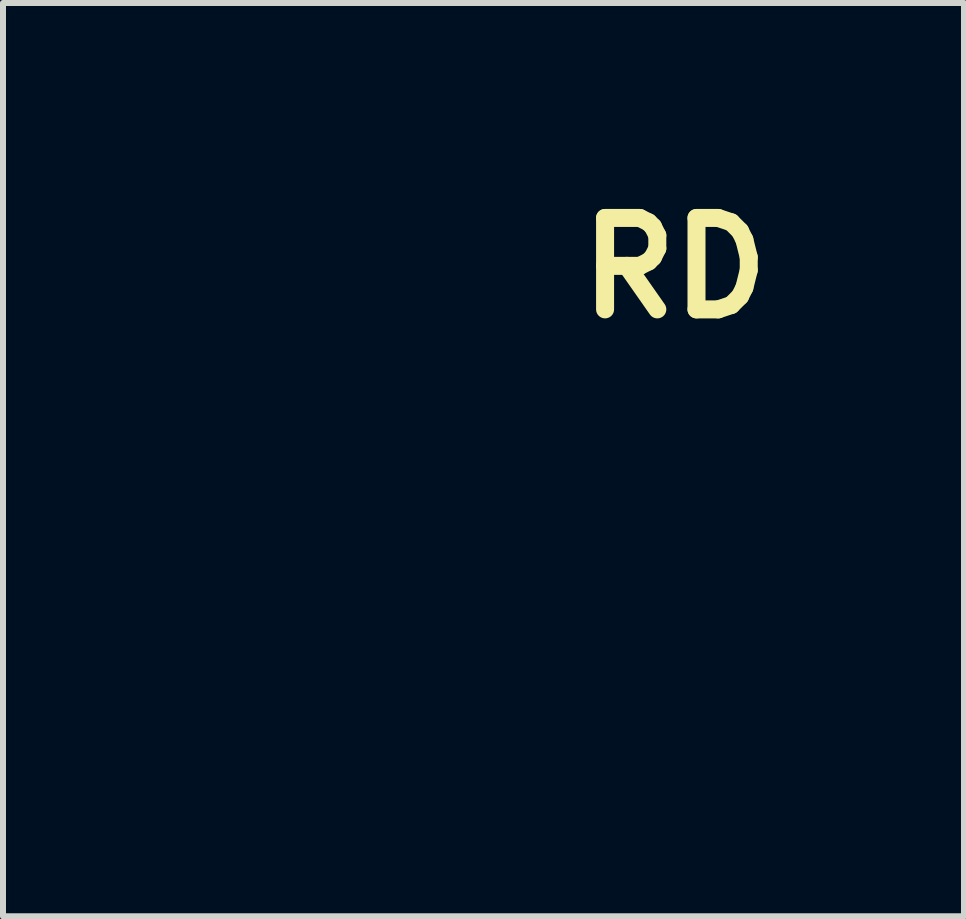
<source format=kicad_pcb>
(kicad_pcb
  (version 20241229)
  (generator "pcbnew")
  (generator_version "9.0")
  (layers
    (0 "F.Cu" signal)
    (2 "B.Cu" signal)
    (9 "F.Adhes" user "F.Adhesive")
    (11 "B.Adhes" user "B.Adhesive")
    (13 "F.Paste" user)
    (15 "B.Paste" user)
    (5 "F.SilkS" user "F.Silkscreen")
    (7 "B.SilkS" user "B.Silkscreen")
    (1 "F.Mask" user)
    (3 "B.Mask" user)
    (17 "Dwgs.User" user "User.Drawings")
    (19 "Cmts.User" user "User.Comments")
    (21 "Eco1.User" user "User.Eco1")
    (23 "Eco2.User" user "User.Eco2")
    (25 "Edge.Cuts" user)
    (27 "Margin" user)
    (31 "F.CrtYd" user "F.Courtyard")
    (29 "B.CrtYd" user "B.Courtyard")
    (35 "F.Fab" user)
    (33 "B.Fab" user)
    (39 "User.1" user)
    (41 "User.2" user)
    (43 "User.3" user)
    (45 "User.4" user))
  (footprint "RD"
    (layer "F.Cu")
    (at 2.068 6.738)
    (property "Reference" "RD" (at 6.13 -5.32 0) (layer "F.SilkS") (effects (font (size 1.524 1.524) (thickness 0.3))))
    (attr through_hole)
    (fp_poly (pts (xy 0.045 0.6) (xy 0.047 0.603) (xy 0.049 0.608) (xy 0.05 0.612) (xy 0.052 0.626) (xy 0.056 0.638) (xy 0.06 0.649) (xy 0.066 0.659) (xy 0.071 0.665) (xy 0.08 0.673) (xy 0.09 0.68) (xy 0.102 0.687) (xy 0.115 0.694) (xy 0.128 0.699) (xy 0.133 0.701) (xy 0.136 0.703) (xy 0.138 0.705) (xy 0.138 0.706) (xy 0.138 0.709) (xy 0.137 0.71) (xy 0.136 0.711) (xy 0.132 0.711) (xy 0.126 0.712) (xy 0.119 0.713) (xy 0.111 0.715) (xy 0.102 0.716) (xy 0.093 0.717) (xy 0.084 0.718) (xy 0.075 0.719) (xy 0.066 0.72) (xy 0.059 0.721) (xy 0.053 0.721) (xy 0.049 0.721) (xy 0.048 0.721) (xy 0.043 0.721) (xy 0.039 0.721) (xy 0.037 0.72) (xy 0.028 0.716) (xy 0.02 0.711) (xy 0.013 0.704) (xy 0.009 0.697) (xy 0.008 0.694) (xy 0.007 0.691) (xy 0.006 0.688) (xy 0.006 0.684) (xy 0.007 0.68) (xy 0.009 0.674) (xy 0.011 0.667) (xy 0.014 0.659) (xy 0.018 0.649) (xy 0.021 0.64) (xy 0.025 0.631) (xy 0.028 0.623) (xy 0.031 0.615) (xy 0.034 0.609) (xy 0.036 0.604) (xy 0.037 0.602) (xy 0.038 0.601) (xy 0.041 0.599) (xy 0.045 0.6)) (stroke (width 0.01) (type solid)) (fill yes) (layer "F.Mask"))
    (fp_poly (pts (xy -0.444 -2.094) (xy -0.443 -2.093) (xy -0.442 -2.092) (xy -0.443 -2.09) (xy -0.445 -2.087) (xy -0.448 -2.083) (xy -0.452 -2.078) (xy -0.458 -2.072) (xy -0.466 -2.064) (xy -0.466 -2.064) (xy -0.487 -2.044) (xy -0.505 -2.025) (xy -0.522 -2.008) (xy -0.538 -1.991) (xy -0.553 -1.976) (xy -0.566 -1.961) (xy -0.579 -1.947) (xy -0.588 -1.936) (xy -0.593 -1.93) (xy -0.598 -1.924) (xy -0.603 -1.918) (xy -0.607 -1.912) (xy -0.612 -1.906) (xy -0.617 -1.898) (xy -0.624 -1.889) (xy -0.631 -1.88) (xy -0.641 -1.865) (xy -0.652 -1.85) (xy -0.663 -1.835) (xy -0.673 -1.821) (xy -0.683 -1.809) (xy -0.691 -1.798) (xy -0.692 -1.798) (xy -0.707 -1.778) (xy -0.722 -1.76) (xy -0.735 -1.744) (xy -0.747 -1.728) (xy -0.757 -1.714) (xy -0.767 -1.7) (xy -0.774 -1.69) (xy -0.778 -1.684) (xy -0.782 -1.676) (xy -0.788 -1.666) (xy -0.794 -1.654) (xy -0.801 -1.641) (xy -0.809 -1.627) (xy -0.816 -1.611) (xy -0.825 -1.594) (xy -0.833 -1.577) (xy -0.842 -1.558) (xy -0.851 -1.54) (xy -0.86 -1.521) (xy -0.869 -1.502) (xy -0.878 -1.484) (xy -0.885 -1.468) (xy -0.891 -1.454) (xy -0.898 -1.439) (xy -0.905 -1.423) (xy -0.912 -1.406) (xy -0.92 -1.388) (xy -0.928 -1.37) (xy -0.935 -1.353) (xy -0.942 -1.336) (xy -0.949 -1.319) (xy -0.955 -1.304) (xy -0.961 -1.291) (xy -0.965 -1.279) (xy -0.968 -1.271) (xy -0.972 -1.262) (xy -0.975 -1.256) (xy -0.979 -1.253) (xy -0.981 -1.252) (xy -0.983 -1.253) (xy -0.986 -1.255) (xy -0.986 -1.255) (xy -0.988 -1.258) (xy -0.989 -1.26) (xy -0.989 -1.26) (xy -0.989 -1.262) (xy -0.988 -1.266) (xy -0.987 -1.271) (xy -0.985 -1.279) (xy -0.983 -1.288) (xy -0.98 -1.297) (xy -0.978 -1.308) (xy -0.975 -1.318) (xy -0.972 -1.329) (xy -0.97 -1.34) (xy -0.967 -1.35) (xy -0.965 -1.359) (xy -0.962 -1.368) (xy -0.96 -1.375) (xy -0.96 -1.376) (xy -0.952 -1.403) (xy -0.943 -1.431) (xy -0.933 -1.462) (xy -0.922 -1.495) (xy -0.909 -1.529) (xy -0.896 -1.566) (xy -0.881 -1.606) (xy -0.866 -1.644) (xy -0.857 -1.666) (xy -0.849 -1.685) (xy -0.842 -1.702) (xy -0.836 -1.717) (xy -0.83 -1.731) (xy -0.824 -1.742) (xy -0.819 -1.753) (xy -0.815 -1.762) (xy -0.811 -1.769) (xy -0.807 -1.776) (xy -0.803 -1.782) (xy -0.799 -1.787) (xy -0.799 -1.787) (xy -0.789 -1.799) (xy -0.777 -1.813) (xy -0.763 -1.827) (xy -0.747 -1.843) (xy -0.73 -1.859) (xy -0.712 -1.877) (xy -0.692 -1.894) (xy -0.672 -1.913) (xy -0.65 -1.932) (xy -0.628 -1.951) (xy -0.606 -1.97) (xy -0.582 -1.989) (xy -0.559 -2.008) (xy -0.536 -2.027) (xy -0.512 -2.045) (xy -0.489 -2.063) (xy -0.486 -2.065) (xy -0.476 -2.073) (xy -0.468 -2.079) (xy -0.461 -2.084) (xy -0.456 -2.087) (xy -0.452 -2.09) (xy -0.449 -2.092) (xy -0.447 -2.093) (xy -0.446 -2.094) (xy -0.445 -2.094) (xy -0.444 -2.094)) (stroke (width 0.01) (type solid)) (fill yes) (layer "F.Mask"))
    (fp_poly (pts (xy -1.277 -0.974) (xy -1.277 -0.974) (xy -1.274 -0.973) (xy -1.271 -0.971) (xy -1.268 -0.969) (xy -1.265 -0.965) (xy -1.261 -0.96) (xy -1.257 -0.953) (xy -1.253 -0.948) (xy -1.249 -0.94) (xy -1.244 -0.933) (xy -1.24 -0.926) (xy -1.236 -0.918) (xy -1.231 -0.911) (xy -1.227 -0.903) (xy -1.222 -0.894) (xy -1.217 -0.885) (xy -1.211 -0.874) (xy -1.205 -0.863) (xy -1.199 -0.85) (xy -1.191 -0.836) (xy -1.183 -0.821) (xy -1.174 -0.803) (xy -1.164 -0.784) (xy -1.153 -0.762) (xy -1.152 -0.762) (xy -1.132 -0.723) (xy -1.116 -0.707) (xy -1.114 -0.705) (xy -1.111 -0.702) (xy -1.105 -0.696) (xy -1.098 -0.689) (xy -1.089 -0.681) (xy -1.079 -0.671) (xy -1.068 -0.66) (xy -1.055 -0.647) (xy -1.04 -0.633) (xy -1.024 -0.618) (xy -1.008 -0.602) (xy -0.99 -0.584) (xy -0.971 -0.566) (xy -0.95 -0.546) (xy -0.929 -0.526) (xy -0.907 -0.504) (xy -0.884 -0.482) (xy -0.861 -0.459) (xy -0.836 -0.436) (xy -0.811 -0.412) (xy -0.786 -0.387) (xy -0.76 -0.361) (xy -0.733 -0.336) (xy -0.706 -0.31) (xy -0.7 -0.303) (xy -0.667 -0.272) (xy -0.636 -0.242) (xy -0.607 -0.214) (xy -0.58 -0.188) (xy -0.555 -0.163) (xy -0.53 -0.14) (xy -0.508 -0.118) (xy -0.487 -0.097) (xy -0.467 -0.078) (xy -0.449 -0.061) (xy -0.432 -0.044) (xy -0.416 -0.029) (xy -0.401 -0.015) (xy -0.388 -0.002) (xy -0.376 0.01) (xy -0.365 0.02) (xy -0.354 0.03) (xy -0.345 0.039) (xy -0.337 0.047) (xy -0.329 0.054) (xy -0.322 0.061) (xy -0.316 0.066) (xy -0.311 0.071) (xy -0.306 0.076) (xy -0.302 0.079) (xy -0.299 0.083) (xy -0.296 0.085) (xy -0.293 0.087) (xy -0.291 0.089) (xy -0.289 0.091) (xy -0.287 0.092) (xy -0.286 0.093) (xy -0.285 0.094) (xy -0.269 0.104) (xy -0.254 0.111) (xy -0.24 0.117) (xy -0.227 0.121) (xy -0.215 0.123) (xy -0.215 0.123) (xy -0.209 0.123) (xy -0.204 0.123) (xy -0.2 0.122) (xy -0.196 0.12) (xy -0.185 0.115) (xy -0.174 0.108) (xy -0.162 0.098) (xy -0.15 0.087) (xy -0.138 0.073) (xy -0.125 0.057) (xy -0.125 0.057) (xy -0.12 0.049) (xy -0.115 0.044) (xy -0.112 0.04) (xy -0.11 0.037) (xy -0.108 0.036) (xy -0.107 0.035) (xy -0.105 0.034) (xy -0.104 0.034) (xy -0.1 0.035) (xy -0.097 0.037) (xy -0.096 0.039) (xy -0.095 0.04) (xy -0.094 0.042) (xy -0.094 0.045) (xy -0.095 0.049) (xy -0.095 0.054) (xy -0.096 0.062) (xy -0.098 0.071) (xy -0.102 0.093) (xy -0.108 0.112) (xy -0.114 0.13) (xy -0.122 0.146) (xy -0.132 0.161) (xy -0.143 0.175) (xy -0.147 0.179) (xy -0.158 0.189) (xy -0.169 0.198) (xy -0.18 0.206) (xy -0.191 0.213) (xy -0.201 0.217) (xy -0.209 0.22) (xy -0.219 0.221) (xy -0.229 0.22) (xy -0.24 0.217) (xy -0.251 0.212) (xy -0.262 0.206) (xy -0.272 0.199) (xy -0.274 0.197) (xy -0.277 0.194) (xy -0.283 0.189) (xy -0.289 0.182) (xy -0.297 0.174) (xy -0.306 0.166) (xy -0.317 0.156) (xy -0.328 0.145) (xy -0.34 0.133) (xy -0.353 0.12) (xy -0.366 0.107) (xy -0.38 0.094) (xy -0.391 0.083) (xy -0.406 0.068) (xy -0.42 0.054) (xy -0.434 0.041) (xy -0.446 0.029) (xy -0.458 0.018) (xy -0.468 0.008) (xy -0.478 -0.001) (xy -0.486 -0.009) (xy -0.492 -0.015) (xy -0.497 -0.02) (xy -0.501 -0.023) (xy -0.503 -0.025) (xy -0.503 -0.025) (xy -0.504 -0.023) (xy -0.504 -0.019) (xy -0.505 -0.016) (xy -0.507 -0.004) (xy -0.509 0.009) (xy -0.513 0.023) (xy -0.517 0.039) (xy -0.522 0.054) (xy -0.527 0.068) (xy -0.529 0.073) (xy -0.536 0.088) (xy -0.542 0.103) (xy -0.549 0.116) (xy -0.556 0.13) (xy -0.564 0.144) (xy -0.573 0.158) (xy -0.583 0.174) (xy -0.59 0.184) (xy -0.596 0.192) (xy -0.602 0.201) (xy -0.609 0.211) (xy -0.617 0.221) (xy -0.624 0.23) (xy -0.631 0.24) (xy -0.637 0.248) (xy -0.644 0.256) (xy -0.649 0.263) (xy -0.654 0.269) (xy -0.658 0.274) (xy -0.66 0.276) (xy -0.661 0.277) (xy -0.663 0.277) (xy -0.667 0.278) (xy -0.673 0.278) (xy -0.679 0.278) (xy -0.687 0.278) (xy -0.695 0.278) (xy -0.703 0.278) (xy -0.71 0.278) (xy -0.716 0.278) (xy -0.72 0.277) (xy -0.721 0.277) (xy -0.737 0.276) (xy -0.752 0.274) (xy -0.767 0.271) (xy -0.782 0.268) (xy -0.797 0.263) (xy -0.824 0.255) (xy -0.851 0.245) (xy -0.878 0.234) (xy -0.905 0.222) (xy -0.921 0.215) (xy -0.941 0.204) (xy -0.959 0.194) (xy -0.976 0.183) (xy -0.992 0.173) (xy -1.007 0.161) (xy -1.021 0.149) (xy -1.036 0.135) (xy -1.043 0.128) (xy -1.064 0.106) (xy -1.084 0.083) (xy -1.103 0.059) (xy -1.121 0.033) (xy -1.139 0.005) (xy -1.156 -0.024) (xy -1.173 -0.056) (xy -1.177 -0.064) (xy -0.672 -0.064) (xy -0.671 -0.051) (xy -0.667 -0.037) (xy -0.661 -0.026) (xy -0.655 -0.017) (xy -0.647 -0.009) (xy -0.638 -0.002) (xy -0.629 0.003) (xy -0.62 0.006) (xy -0.618 0.006) (xy -0.611 0.007) (xy -0.604 0.007) (xy -0.597 0.006) (xy -0.596 0.006) (xy -0.587 0.002) (xy -0.578 -0.003) (xy -0.57 -0.01) (xy -0.568 -0.011) (xy -0.561 -0.02) (xy -0.555 -0.03) (xy -0.55 -0.041) (xy -0.546 -0.055) (xy -0.545 -0.061) (xy -0.544 -0.067) (xy -0.584 -0.107) (xy -0.593 -0.115) (xy -0.601 -0.122) (xy -0.608 -0.129) (xy -0.614 -0.135) (xy -0.62 -0.14) (xy -0.623 -0.144) (xy -0.626 -0.146) (xy -0.627 -0.146) (xy -0.629 -0.145) (xy -0.632 -0.143) (xy -0.636 -0.139) (xy -0.64 -0.135) (xy -0.645 -0.13) (xy -0.649 -0.126) (xy -0.653 -0.121) (xy -0.655 -0.119) (xy -0.663 -0.106) (xy -0.668 -0.092) (xy -0.672 -0.078) (xy -0.672 -0.064) (xy -1.177 -0.064) (xy -1.179 -0.069) (xy -1.199 -0.11) (xy -1.217 -0.151) (xy -1.233 -0.192) (xy -1.247 -0.231) (xy -1.259 -0.271) (xy -1.27 -0.309) (xy -1.271 -0.314) (xy -0.923 -0.314) (xy -0.922 -0.305) (xy -0.922 -0.298) (xy -0.922 -0.292) (xy -0.921 -0.286) (xy -0.921 -0.281) (xy -0.92 -0.277) (xy -0.914 -0.256) (xy -0.906 -0.235) (xy -0.895 -0.216) (xy -0.882 -0.197) (xy -0.875 -0.188) (xy -0.869 -0.182) (xy -0.863 -0.177) (xy -0.856 -0.172) (xy -0.856 -0.172) (xy -0.838 -0.162) (xy -0.819 -0.155) (xy -0.801 -0.15) (xy -0.794 -0.15) (xy -0.786 -0.149) (xy -0.777 -0.149) (xy -0.768 -0.15) (xy -0.76 -0.15) (xy -0.754 -0.152) (xy -0.74 -0.156) (xy -0.728 -0.163) (xy -0.718 -0.172) (xy -0.71 -0.181) (xy -0.707 -0.186) (xy -0.703 -0.193) (xy -0.7 -0.2) (xy -0.698 -0.206) (xy -0.697 -0.21) (xy -0.697 -0.21) (xy -0.697 -0.211) (xy -0.698 -0.212) (xy -0.699 -0.214) (xy -0.701 -0.216) (xy -0.703 -0.219) (xy -0.707 -0.222) (xy -0.711 -0.227) (xy -0.716 -0.232) (xy -0.723 -0.239) (xy -0.73 -0.246) (xy -0.739 -0.255) (xy -0.749 -0.265) (xy -0.761 -0.276) (xy -0.774 -0.289) (xy -0.789 -0.304) (xy -0.797 -0.311) (xy -0.81 -0.324) (xy -0.823 -0.337) (xy -0.835 -0.349) (xy -0.846 -0.36) (xy -0.857 -0.37) (xy -0.867 -0.38) (xy -0.875 -0.388) (xy -0.883 -0.395) (xy -0.889 -0.401) (xy -0.893 -0.405) (xy -0.896 -0.408) (xy -0.898 -0.41) (xy -0.898 -0.41) (xy -0.899 -0.408) (xy -0.9 -0.405) (xy -0.903 -0.401) (xy -0.905 -0.396) (xy -0.908 -0.39) (xy -0.91 -0.384) (xy -0.912 -0.378) (xy -0.913 -0.377) (xy -0.916 -0.366) (xy -0.919 -0.355) (xy -0.921 -0.346) (xy -0.922 -0.335) (xy -0.922 -0.324) (xy -0.923 -0.314) (xy -1.271 -0.314) (xy -1.278 -0.346) (xy -1.284 -0.382) (xy -1.288 -0.417) (xy -1.291 -0.451) (xy -1.291 -0.463) (xy -1.291 -0.472) (xy -1.291 -0.48) (xy -1.291 -0.485) (xy -1.292 -0.489) (xy -1.292 -0.492) (xy -1.292 -0.494) (xy -1.293 -0.495) (xy -1.294 -0.495) (xy -1.295 -0.496) (xy -1.298 -0.499) (xy -1.304 -0.502) (xy -1.311 -0.506) (xy -1.319 -0.512) (xy -1.329 -0.518) (xy -1.34 -0.525) (xy -1.352 -0.533) (xy -1.365 -0.541) (xy -1.379 -0.549) (xy -1.393 -0.558) (xy -1.411 -0.57) (xy -1.428 -0.581) (xy -1.443 -0.59) (xy -1.457 -0.599) (xy -1.468 -0.606) (xy -1.478 -0.612) (xy -1.485 -0.617) (xy -1.49 -0.621) (xy -1.494 -0.623) (xy -1.494 -0.624) (xy -1.498 -0.628) (xy -1.499 -0.631) (xy -1.5 -0.634) (xy -1.5 -0.635) (xy -1.499 -0.64) (xy -1.495 -0.645) (xy -1.49 -0.649) (xy -1.486 -0.651) (xy -1.48 -0.652) (xy -1.473 -0.653) (xy -1.466 -0.653) (xy -1.459 -0.652) (xy -1.459 -0.651) (xy -1.456 -0.65) (xy -1.452 -0.649) (xy -1.446 -0.646) (xy -1.438 -0.642) (xy -1.43 -0.638) (xy -1.42 -0.634) (xy -1.41 -0.629) (xy -1.4 -0.624) (xy -1.39 -0.619) (xy -1.381 -0.614) (xy -1.372 -0.61) (xy -1.364 -0.606) (xy -1.357 -0.602) (xy -1.354 -0.601) (xy -1.348 -0.597) (xy -1.34 -0.593) (xy -1.331 -0.588) (xy -1.322 -0.582) (xy -1.313 -0.577) (xy -1.309 -0.575) (xy -1.3 -0.57) (xy -1.293 -0.565) (xy -1.287 -0.562) (xy -1.282 -0.56) (xy -1.279 -0.559) (xy -1.276 -0.559) (xy -1.273 -0.559) (xy -1.271 -0.56) (xy -1.269 -0.562) (xy -1.264 -0.566) (xy -1.259 -0.571) (xy -1.255 -0.578) (xy -1.252 -0.584) (xy -1.251 -0.591) (xy -1.25 -0.596) (xy -1.25 -0.597) (xy -1.251 -0.597) (xy -1.251 -0.598) (xy -1.251 -0.599) (xy -1.252 -0.601) (xy -1.253 -0.602) (xy -1.255 -0.605) (xy -1.258 -0.608) (xy -1.261 -0.612) (xy -1.265 -0.616) (xy -1.271 -0.622) (xy -1.277 -0.63) (xy -1.285 -0.638) (xy -1.294 -0.648) (xy -1.305 -0.66) (xy -1.309 -0.665) (xy -1.322 -0.68) (xy -1.336 -0.695) (xy -1.35 -0.71) (xy -1.363 -0.725) (xy -1.376 -0.739) (xy -1.388 -0.753) (xy -1.399 -0.766) (xy -1.408 -0.777) (xy -1.417 -0.786) (xy -1.421 -0.791) (xy -1.429 -0.801) (xy -1.436 -0.809) (xy -1.442 -0.816) (xy -1.446 -0.821) (xy -1.45 -0.826) (xy -1.452 -0.83) (xy -1.454 -0.833) (xy -1.455 -0.836) (xy -1.455 -0.839) (xy -1.455 -0.842) (xy -1.455 -0.844) (xy -1.454 -0.852) (xy -1.452 -0.859) (xy -1.448 -0.865) (xy -1.442 -0.87) (xy -1.436 -0.873) (xy -1.43 -0.874) (xy -1.423 -0.872) (xy -1.422 -0.872) (xy -1.42 -0.871) (xy -1.417 -0.868) (xy -1.412 -0.864) (xy -1.406 -0.858) (xy -1.399 -0.852) (xy -1.391 -0.844) (xy -1.383 -0.836) (xy -1.374 -0.827) (xy -1.37 -0.824) (xy -1.358 -0.812) (xy -1.347 -0.802) (xy -1.337 -0.791) (xy -1.327 -0.781) (xy -1.316 -0.77) (xy -1.306 -0.76) (xy -1.295 -0.748) (xy -1.283 -0.736) (xy -1.27 -0.723) (xy -1.256 -0.708) (xy -1.245 -0.696) (xy -1.238 -0.69) (xy -1.232 -0.684) (xy -1.227 -0.678) (xy -1.222 -0.674) (xy -1.219 -0.671) (xy -1.218 -0.67) (xy -1.212 -0.668) (xy -1.205 -0.668) (xy -1.2 -0.669) (xy -1.197 -0.671) (xy -1.193 -0.675) (xy -1.192 -0.679) (xy -1.192 -0.684) (xy -1.194 -0.689) (xy -1.195 -0.692) (xy -1.196 -0.696) (xy -1.199 -0.703) (xy -1.203 -0.711) (xy -1.207 -0.72) (xy -1.212 -0.731) (xy -1.217 -0.743) (xy -1.222 -0.755) (xy -1.228 -0.768) (xy -1.23 -0.772) (xy -1.239 -0.793) (xy -1.248 -0.812) (xy -1.255 -0.829) (xy -1.262 -0.845) (xy -1.268 -0.859) (xy -1.273 -0.872) (xy -1.278 -0.884) (xy -1.283 -0.895) (xy -1.287 -0.906) (xy -1.29 -0.913) (xy -1.292 -0.92) (xy -1.294 -0.924) (xy -1.295 -0.929) (xy -1.295 -0.933) (xy -1.295 -0.937) (xy -1.295 -0.943) (xy -1.295 -0.951) (xy -1.295 -0.956) (xy -1.294 -0.96) (xy -1.292 -0.964) (xy -1.289 -0.967) (xy -1.286 -0.97) (xy -1.283 -0.972) (xy -1.28 -0.974) (xy -1.277 -0.974)) (stroke (width 0.01) (type solid)) (fill yes) (layer "F.Mask"))
    (fp_poly (pts (xy -0.184 -2.48) (xy -0.172 -2.48) (xy -0.161 -2.48) (xy -0.153 -2.479) (xy -0.138 -2.478) (xy -0.123 -2.477) (xy -0.107 -2.475) (xy -0.092 -2.473) (xy -0.078 -2.471) (xy -0.065 -2.469) (xy -0.052 -2.467) (xy -0.042 -2.465) (xy -0.033 -2.463) (xy -0.025 -2.461) (xy -0.02 -2.459) (xy -0.019 -2.458) (xy -0.012 -2.453) (xy -0.006 -2.445) (xy -0.001 -2.435) (xy 0.004 -2.423) (xy 0.009 -2.408) (xy 0.013 -2.391) (xy 0.017 -2.372) (xy 0.017 -2.369) (xy 0.019 -2.354) (xy 0.021 -2.337) (xy 0.023 -2.319) (xy 0.025 -2.299) (xy 0.027 -2.278) (xy 0.029 -2.256) (xy 0.03 -2.235) (xy 0.032 -2.213) (xy 0.033 -2.191) (xy 0.033 -2.17) (xy 0.034 -2.153) (xy 0.034 -2.138) (xy 0.034 -2.124) (xy 0.034 -2.11) (xy 0.034 -2.097) (xy 0.033 -2.083) (xy 0.032 -2.068) (xy 0.031 -2.053) (xy 0.03 -2.036) (xy 0.028 -2.017) (xy 0.026 -1.996) (xy 0.025 -1.992) (xy 0.024 -1.984) (xy 0.024 -1.977) (xy 0.023 -1.971) (xy 0.023 -1.966) (xy 0.023 -1.964) (xy 0.023 -1.964) (xy 0.024 -1.964) (xy 0.028 -1.963) (xy 0.033 -1.961) (xy 0.041 -1.959) (xy 0.049 -1.957) (xy 0.059 -1.954) (xy 0.069 -1.952) (xy 0.071 -1.951) (xy 0.121 -1.939) (xy 0.168 -1.926) (xy 0.213 -1.914) (xy 0.256 -1.901) (xy 0.298 -1.889) (xy 0.339 -1.877) (xy 0.378 -1.865) (xy 0.417 -1.852) (xy 0.455 -1.839) (xy 0.493 -1.826) (xy 0.53 -1.812) (xy 0.544 -1.807) (xy 0.615 -1.779) (xy 0.684 -1.751) (xy 0.751 -1.721) (xy 0.816 -1.69) (xy 0.879 -1.658) (xy 0.94 -1.625) (xy 0.998 -1.591) (xy 1.055 -1.555) (xy 1.109 -1.519) (xy 1.16 -1.482) (xy 1.21 -1.444) (xy 1.255 -1.406) (xy 1.293 -1.373) (xy 1.331 -1.337) (xy 1.37 -1.299) (xy 1.408 -1.258) (xy 1.447 -1.217) (xy 1.485 -1.173) (xy 1.523 -1.129) (xy 1.56 -1.083) (xy 1.596 -1.036) (xy 1.631 -0.988) (xy 1.639 -0.977) (xy 1.675 -0.925) (xy 1.71 -0.873) (xy 1.742 -0.821) (xy 1.773 -0.769) (xy 1.802 -0.716) (xy 1.83 -0.663) (xy 1.856 -0.608) (xy 1.882 -0.552) (xy 1.889 -0.535) (xy 1.917 -0.469) (xy 1.942 -0.403) (xy 1.966 -0.336) (xy 1.988 -0.269) (xy 2.007 -0.201) (xy 2.025 -0.135) (xy 2.04 -0.068) (xy 2.043 -0.051) (xy 2.046 -0.039) (xy 2.048 -0.026) (xy 2.05 -0.014) (xy 2.053 -0.001) (xy 2.055 0.011) (xy 2.057 0.023) (xy 2.058 0.033) (xy 2.06 0.043) (xy 2.061 0.052) (xy 2.062 0.058) (xy 2.062 0.063) (xy 2.062 0.066) (xy 2.062 0.067) (xy 2.061 0.066) (xy 2.059 0.063) (xy 2.056 0.058) (xy 2.052 0.052) (xy 2.047 0.044) (xy 2.041 0.034) (xy 2.034 0.023) (xy 2.026 0.011) (xy 2.018 -0.002) (xy 2.009 -0.016) (xy 2 -0.031) (xy 1.991 -0.047) (xy 1.981 -0.063) (xy 1.971 -0.079) (xy 1.961 -0.096) (xy 1.951 -0.112) (xy 1.941 -0.129) (xy 1.937 -0.136) (xy 1.918 -0.167) (xy 1.898 -0.199) (xy 1.878 -0.229) (xy 1.858 -0.261) (xy 1.836 -0.292) (xy 1.813 -0.324) (xy 1.789 -0.357) (xy 1.764 -0.392) (xy 1.749 -0.411) (xy 1.745 -0.418) (xy 1.739 -0.426) (xy 1.732 -0.435) (xy 1.725 -0.445) (xy 1.718 -0.455) (xy 1.71 -0.466) (xy 1.703 -0.477) (xy 1.702 -0.477) (xy 1.691 -0.494) (xy 1.68 -0.509) (xy 1.67 -0.522) (xy 1.662 -0.534) (xy 1.655 -0.544) (xy 1.648 -0.553) (xy 1.642 -0.561) (xy 1.636 -0.568) (xy 1.631 -0.574) (xy 1.626 -0.58) (xy 1.622 -0.585) (xy 1.617 -0.59) (xy 1.615 -0.593) (xy 1.61 -0.598) (xy 1.605 -0.603) (xy 1.599 -0.609) (xy 1.593 -0.614) (xy 1.587 -0.62) (xy 1.582 -0.625) (xy 1.577 -0.629) (xy 1.574 -0.632) (xy 1.571 -0.634) (xy 1.57 -0.635) (xy 1.571 -0.633) (xy 1.572 -0.63) (xy 1.573 -0.626) (xy 1.575 -0.622) (xy 1.581 -0.607) (xy 1.587 -0.589) (xy 1.593 -0.57) (xy 1.6 -0.549) (xy 1.607 -0.527) (xy 1.614 -0.503) (xy 1.621 -0.478) (xy 1.628 -0.453) (xy 1.635 -0.427) (xy 1.641 -0.401) (xy 1.647 -0.374) (xy 1.653 -0.349) (xy 1.657 -0.335) (xy 1.67 -0.269) (xy 1.682 -0.204) (xy 1.693 -0.14) (xy 1.701 -0.077) (xy 1.708 -0.015) (xy 1.712 0.045) (xy 1.716 0.105) (xy 1.717 0.162) (xy 1.716 0.218) (xy 1.714 0.273) (xy 1.711 0.316) (xy 1.705 0.366) (xy 1.697 0.418) (xy 1.688 0.471) (xy 1.676 0.525) (xy 1.662 0.58) (xy 1.647 0.636) (xy 1.63 0.693) (xy 1.61 0.751) (xy 1.589 0.809) (xy 1.566 0.868) (xy 1.541 0.927) (xy 1.515 0.986) (xy 1.514 0.988) (xy 1.51 0.996) (xy 1.506 1.004) (xy 1.502 1.014) (xy 1.498 1.023) (xy 1.493 1.033) (xy 1.489 1.042) (xy 1.485 1.051) (xy 1.481 1.058) (xy 1.477 1.065) (xy 1.475 1.071) (xy 1.473 1.074) (xy 1.472 1.076) (xy 1.472 1.076) (xy 1.472 1.075) (xy 1.472 1.073) (xy 1.472 1.068) (xy 1.473 1.066) (xy 1.474 1.055) (xy 1.476 1.042) (xy 1.477 1.026) (xy 1.479 1.008) (xy 1.48 0.988) (xy 1.482 0.966) (xy 1.483 0.943) (xy 1.484 0.937) (xy 1.484 0.929) (xy 1.484 0.919) (xy 1.485 0.908) (xy 1.485 0.894) (xy 1.485 0.88) (xy 1.485 0.865) (xy 1.485 0.849) (xy 1.485 0.834) (xy 1.485 0.818) (xy 1.485 0.803) (xy 1.485 0.788) (xy 1.485 0.774) (xy 1.485 0.762) (xy 1.484 0.751) (xy 1.484 0.742) (xy 1.484 0.735) (xy 1.484 0.733) (xy 1.483 0.721) (xy 1.481 0.707) (xy 1.48 0.693) (xy 1.478 0.678) (xy 1.476 0.662) (xy 1.474 0.644) (xy 1.471 0.624) (xy 1.468 0.602) (xy 1.466 0.585) (xy 1.463 0.569) (xy 1.461 0.551) (xy 1.458 0.532) (xy 1.456 0.513) (xy 1.453 0.494) (xy 1.451 0.475) (xy 1.449 0.458) (xy 1.448 0.447) (xy 1.445 0.418) (xy 1.441 0.392) (xy 1.439 0.368) (xy 1.436 0.346) (xy 1.433 0.325) (xy 1.431 0.307) (xy 1.429 0.291) (xy 1.427 0.276) (xy 1.425 0.262) (xy 1.422 0.25) (xy 1.421 0.239) (xy 1.419 0.229) (xy 1.417 0.22) (xy 1.415 0.212) (xy 1.413 0.204) (xy 1.411 0.197) (xy 1.409 0.194) (xy 1.405 0.181) (xy 1.404 0.206) (xy 1.403 0.232) (xy 1.399 0.26) (xy 1.395 0.289) (xy 1.389 0.319) (xy 1.381 0.35) (xy 1.372 0.381) (xy 1.362 0.412) (xy 1.352 0.443) (xy 1.34 0.474) (xy 1.327 0.504) (xy 1.313 0.533) (xy 1.308 0.544) (xy 1.303 0.552) (xy 1.299 0.56) (xy 1.295 0.567) (xy 1.291 0.575) (xy 1.286 0.583) (xy 1.281 0.591) (xy 1.275 0.6) (xy 1.269 0.611) (xy 1.261 0.622) (xy 1.252 0.636) (xy 1.243 0.65) (xy 1.232 0.667) (xy 1.222 0.682) (xy 1.213 0.695) (xy 1.206 0.707) (xy 1.199 0.718) (xy 1.193 0.728) (xy 1.188 0.737) (xy 1.183 0.745) (xy 1.178 0.753) (xy 1.174 0.761) (xy 1.17 0.768) (xy 1.168 0.773) (xy 1.158 0.793) (xy 1.15 0.812) (xy 1.143 0.831) (xy 1.138 0.849) (xy 1.133 0.868) (xy 1.129 0.889) (xy 1.126 0.906) (xy 1.117 0.968) (xy 1.111 1.03) (xy 1.105 1.092) (xy 1.102 1.154) (xy 1.1 1.214) (xy 1.1 1.274) (xy 1.102 1.333) (xy 1.105 1.39) (xy 1.11 1.446) (xy 1.117 1.501) (xy 1.125 1.554) (xy 1.132 1.589) (xy 1.133 1.596) (xy 1.135 1.605) (xy 1.137 1.614) (xy 1.14 1.624) (xy 1.142 1.633) (xy 1.144 1.642) (xy 1.146 1.65) (xy 1.148 1.657) (xy 1.149 1.662) (xy 1.15 1.664) (xy 1.15 1.665) (xy 1.148 1.663) (xy 1.144 1.66) (xy 1.139 1.656) (xy 1.134 1.65) (xy 1.127 1.643) (xy 1.119 1.635) (xy 1.11 1.626) (xy 1.101 1.617) (xy 1.092 1.607) (xy 1.082 1.597) (xy 1.072 1.586) (xy 1.062 1.575) (xy 1.052 1.564) (xy 1.049 1.561) (xy 1.001 1.508) (xy 0.955 1.454) (xy 0.911 1.4) (xy 0.868 1.346) (xy 0.827 1.292) (xy 0.787 1.238) (xy 0.749 1.184) (xy 0.714 1.13) (xy 0.68 1.076) (xy 0.648 1.023) (xy 0.618 0.971) (xy 0.591 0.919) (xy 0.565 0.868) (xy 0.551 0.836) (xy 0.541 0.815) (xy 0.531 0.791) (xy 0.52 0.765) (xy 0.509 0.737) (xy 0.498 0.708) (xy 0.486 0.676) (xy 0.474 0.643) (xy 0.462 0.609) (xy 0.449 0.573) (xy 0.436 0.536) (xy 0.424 0.498) (xy 0.423 0.495) (xy 0.418 0.481) (xy 0.414 0.47) (xy 0.411 0.46) (xy 0.408 0.452) (xy 0.406 0.446) (xy 0.404 0.442) (xy 0.403 0.439) (xy 0.402 0.438) (xy 0.402 0.438) (xy 0.402 0.438) (xy 0.401 0.44) (xy 0.399 0.444) (xy 0.397 0.449) (xy 0.394 0.455) (xy 0.394 0.456) (xy 0.391 0.462) (xy 0.388 0.467) (xy 0.386 0.471) (xy 0.384 0.473) (xy 0.382 0.476) (xy 0.381 0.476) (xy 0.375 0.481) (xy 0.374 0.532) (xy 0.373 0.583) (xy 0.394 0.604) (xy 0.409 0.62) (xy 0.422 0.635) (xy 0.433 0.648) (xy 0.443 0.66) (xy 0.45 0.671) (xy 0.456 0.682) (xy 0.46 0.691) (xy 0.46 0.692) (xy 0.461 0.697) (xy 0.462 0.7) (xy 0.462 0.703) (xy 0.462 0.708) (xy 0.461 0.713) (xy 0.461 0.714) (xy 0.458 0.736) (xy 0.452 0.758) (xy 0.443 0.78) (xy 0.433 0.802) (xy 0.421 0.823) (xy 0.406 0.844) (xy 0.401 0.851) (xy 0.394 0.858) (xy 0.387 0.867) (xy 0.378 0.876) (xy 0.369 0.885) (xy 0.359 0.894) (xy 0.35 0.902) (xy 0.341 0.909) (xy 0.34 0.91) (xy 0.315 0.929) (xy 0.288 0.946) (xy 0.259 0.963) (xy 0.228 0.979) (xy 0.195 0.994) (xy 0.161 1.008) (xy 0.125 1.02) (xy 0.088 1.031) (xy 0.05 1.042) (xy 0.012 1.05) (xy -0.023 1.057) (xy -0.048 1.061) (xy -0.071 1.064) (xy -0.093 1.066) (xy -0.115 1.068) (xy -0.137 1.069) (xy -0.16 1.069) (xy -0.185 1.069) (xy -0.189 1.069) (xy -0.238 1.067) (xy -0.288 1.064) (xy -0.339 1.059) (xy -0.389 1.053) (xy -0.439 1.045) (xy -0.488 1.036) (xy -0.536 1.026) (xy -0.553 1.022) (xy -0.586 1.013) (xy -0.619 1.003) (xy -0.654 0.992) (xy -0.69 0.979) (xy -0.726 0.966) (xy -0.761 0.952) (xy -0.796 0.937) (xy -0.805 0.933) (xy -0.812 0.93) (xy -0.819 0.927) (xy -0.824 0.925) (xy -0.828 0.923) (xy -0.83 0.922) (xy -0.83 0.922) (xy -0.829 0.923) (xy -0.828 0.926) (xy -0.825 0.93) (xy -0.821 0.935) (xy -0.819 0.939) (xy -0.798 0.968) (xy -0.778 0.999) (xy -0.756 1.032) (xy -0.735 1.066) (xy -0.714 1.101) (xy -0.694 1.136) (xy -0.674 1.172) (xy -0.662 1.195) (xy -0.641 1.236) (xy -0.62 1.277) (xy -0.6 1.319) (xy -0.581 1.362) (xy -0.563 1.405) (xy -0.545 1.448) (xy -0.529 1.491) (xy -0.513 1.533) (xy -0.499 1.575) (xy -0.485 1.617) (xy -0.473 1.658) (xy -0.462 1.698) (xy -0.452 1.736) (xy -0.443 1.773) (xy -0.436 1.809) (xy -0.431 1.843) (xy -0.428 1.863) (xy -0.427 1.874) (xy -0.426 1.884) (xy -0.425 1.895) (xy -0.424 1.905) (xy -0.423 1.915) (xy -0.423 1.923) (xy -0.423 1.931) (xy -0.423 1.936) (xy -0.423 1.94) (xy -0.424 1.942) (xy -0.424 1.942) (xy -0.425 1.941) (xy -0.426 1.938) (xy -0.429 1.933) (xy -0.432 1.927) (xy -0.436 1.919) (xy -0.441 1.911) (xy -0.441 1.91) (xy -0.458 1.879) (xy -0.474 1.848) (xy -0.49 1.818) (xy -0.506 1.789) (xy -0.522 1.762) (xy -0.537 1.735) (xy -0.552 1.711) (xy -0.566 1.688) (xy -0.58 1.668) (xy -0.583 1.662) (xy -0.59 1.652) (xy -0.597 1.642) (xy -0.605 1.63) (xy -0.614 1.619) (xy -0.622 1.608) (xy -0.629 1.599) (xy -0.636 1.589) (xy -0.644 1.579) (xy -0.652 1.568) (xy -0.659 1.558) (xy -0.666 1.549) (xy -0.672 1.541) (xy -0.672 1.541) (xy -0.678 1.533) (xy -0.684 1.524) (xy -0.69 1.516) (xy -0.695 1.509) (xy -0.699 1.503) (xy -0.7 1.501) (xy -0.703 1.497) (xy -0.704 1.494) (xy -0.706 1.491) (xy -0.707 1.49) (xy -0.708 1.49) (xy -0.708 1.491) (xy -0.708 1.494) (xy -0.707 1.498) (xy -0.706 1.504) (xy -0.704 1.513) (xy -0.703 1.523) (xy -0.7 1.536) (xy -0.7 1.536) (xy -0.695 1.564) (xy -0.689 1.595) (xy -0.683 1.627) (xy -0.677 1.66) (xy -0.67 1.695) (xy -0.663 1.731) (xy -0.656 1.767) (xy -0.648 1.804) (xy -0.641 1.84) (xy -0.634 1.876) (xy -0.626 1.911) (xy -0.619 1.945) (xy -0.612 1.978) (xy -0.606 2.009) (xy -0.603 2.023) (xy -0.6 2.035) (xy -0.597 2.047) (xy -0.595 2.059) (xy -0.592 2.07) (xy -0.59 2.08) (xy -0.589 2.088) (xy -0.587 2.094) (xy -0.587 2.094) (xy -0.58 2.129) (xy -0.574 2.167) (xy -0.569 2.207) (xy -0.565 2.249) (xy -0.561 2.294) (xy -0.559 2.333) (xy -0.558 2.342) (xy -0.558 2.352) (xy -0.558 2.363) (xy -0.557 2.375) (xy -0.557 2.388) (xy -0.557 2.4) (xy -0.557 2.413) (xy -0.557 2.425) (xy -0.557 2.437) (xy -0.557 2.447) (xy -0.557 2.456) (xy -0.557 2.464) (xy -0.557 2.469) (xy -0.557 2.471) (xy -0.558 2.482) (xy -0.585 2.465) (xy -0.627 2.437) (xy -0.671 2.408) (xy -0.715 2.378) (xy -0.76 2.346) (xy -0.806 2.313) (xy -0.851 2.279) (xy -0.897 2.245) (xy -0.942 2.211) (xy -0.986 2.176) (xy -1.029 2.141) (xy -1.058 2.117) (xy -1.094 2.087) (xy -1.129 2.057) (xy -1.162 2.028) (xy -1.194 1.999) (xy -1.226 1.97) (xy -1.257 1.941) (xy -1.289 1.911) (xy -1.317 1.883) (xy -1.351 1.848) (xy -1.384 1.815) (xy -1.415 1.782) (xy -1.444 1.75) (xy -1.473 1.718) (xy -1.5 1.686) (xy -1.527 1.654) (xy -1.554 1.621) (xy -1.581 1.587) (xy -1.608 1.551) (xy -1.629 1.522) (xy -1.674 1.458) (xy -1.718 1.392) (xy -1.759 1.325) (xy -1.798 1.257) (xy -1.834 1.188) (xy -1.869 1.117) (xy -1.901 1.046) (xy -1.931 0.974) (xy -1.955 0.911) (xy -1.966 0.878) (xy -1.977 0.845) (xy -1.987 0.814) (xy -1.996 0.784) (xy -2.003 0.756) (xy -2.009 0.734) (xy -2.018 0.695) (xy -2.025 0.655) (xy -2.033 0.613) (xy -2.039 0.57) (xy -2.044 0.525) (xy -2.048 0.487) (xy -1.938 0.487) (xy -1.937 0.515) (xy -1.936 0.556) (xy -1.932 0.596) (xy -1.926 0.635) (xy -1.919 0.673) (xy -1.909 0.713) (xy -1.902 0.737) (xy -1.897 0.752) (xy -1.892 0.768) (xy -1.886 0.786) (xy -1.879 0.806) (xy -1.872 0.827) (xy -1.864 0.849) (xy -1.856 0.872) (xy -1.848 0.895) (xy -1.839 0.919) (xy -1.831 0.943) (xy -1.822 0.966) (xy -1.813 0.989) (xy -1.805 1.011) (xy -1.797 1.032) (xy -1.789 1.052) (xy -1.782 1.07) (xy -1.775 1.086) (xy -1.773 1.092) (xy -1.747 1.151) (xy -1.721 1.207) (xy -1.694 1.262) (xy -1.666 1.314) (xy -1.636 1.363) (xy -1.607 1.411) (xy -1.576 1.455) (xy -1.544 1.498) (xy -1.534 1.511) (xy -1.524 1.524) (xy -1.514 1.536) (xy -1.504 1.547) (xy -1.494 1.559) (xy -1.484 1.57) (xy -1.474 1.582) (xy -1.463 1.595) (xy -1.451 1.607) (xy -1.438 1.621) (xy -1.424 1.635) (xy -1.41 1.651) (xy -1.393 1.667) (xy -1.376 1.685) (xy -1.357 1.704) (xy -1.343 1.718) (xy -1.322 1.739) (xy -1.302 1.759) (xy -1.284 1.777) (xy -1.267 1.794) (xy -1.251 1.809) (xy -1.235 1.824) (xy -1.22 1.839) (xy -1.205 1.853) (xy -1.19 1.867) (xy -1.175 1.881) (xy -1.159 1.895) (xy -1.143 1.909) (xy -1.14 1.912) (xy -1.129 1.922) (xy -1.119 1.93) (xy -1.111 1.937) (xy -1.105 1.943) (xy -1.1 1.947) (xy -1.096 1.951) (xy -1.093 1.953) (xy -1.091 1.955) (xy -1.09 1.956) (xy -1.089 1.957) (xy -1.088 1.957) (xy -1.088 1.957) (xy -1.088 1.956) (xy -1.089 1.953) (xy -1.09 1.948) (xy -1.092 1.941) (xy -1.094 1.934) (xy -1.095 1.929) (xy -1.115 1.866) (xy -1.137 1.804) (xy -1.161 1.742) (xy -1.187 1.681) (xy -1.215 1.621) (xy -1.245 1.563) (xy -1.277 1.506) (xy -1.31 1.451) (xy -1.31 1.451) (xy -1.323 1.432) (xy -1.335 1.413) (xy -1.348 1.393) (xy -1.362 1.374) (xy -1.376 1.355) (xy -1.39 1.335) (xy -1.406 1.314) (xy -1.422 1.292) (xy -1.44 1.268) (xy -1.459 1.244) (xy -1.48 1.218) (xy -1.482 1.215) (xy -1.498 1.195) (xy -1.513 1.176) (xy -1.528 1.159) (xy -1.542 1.142) (xy -1.556 1.125) (xy -1.57 1.109) (xy -1.585 1.093) (xy -1.6 1.076) (xy -1.616 1.058) (xy -1.634 1.039) (xy -1.645 1.027) (xy -1.653 1.019) (xy -1.661 1.01) (xy -1.669 1.001) (xy -1.676 0.993) (xy -1.683 0.986) (xy -1.688 0.981) (xy -1.692 0.976) (xy -1.692 0.976) (xy -1.721 0.943) (xy -1.748 0.907) (xy -1.774 0.869) (xy -1.799 0.83) (xy -1.822 0.788) (xy -1.844 0.746) (xy -1.865 0.701) (xy -1.884 0.656) (xy -1.901 0.609) (xy -1.917 0.562) (xy -1.925 0.533) (xy -1.927 0.525) (xy -1.93 0.517) (xy -1.932 0.509) (xy -1.934 0.502) (xy -1.934 0.501) (xy -1.938 0.487) (xy -2.048 0.487) (xy -2.049 0.478) (xy -2.054 0.429) (xy -2.057 0.378) (xy -2.06 0.326) (xy -2.062 0.27) (xy -2.063 0.255) (xy -2.063 0.243) (xy -2.063 0.229) (xy -2.063 0.213) (xy -2.063 0.196) (xy -2.063 0.177) (xy -2.063 0.158) (xy -2.063 0.138) (xy -2.063 0.117) (xy -2.063 0.097) (xy -2.063 0.076) (xy -2.063 0.057) (xy -2.063 0.038) (xy -2.062 0.021) (xy -2.062 0.005) (xy -2.062 -0.009) (xy -2.061 -0.021) (xy -2.061 -0.022) (xy -2.06 -0.058) (xy -2.058 -0.092) (xy -2.057 -0.124) (xy -2.055 -0.154) (xy -2.053 -0.183) (xy -2.051 -0.21) (xy -2.049 -0.236) (xy -2.047 -0.262) (xy -2.045 -0.287) (xy -2.042 -0.312) (xy -2.04 -0.336) (xy -2.038 -0.35) (xy -2.03 -0.412) (xy -1.786 -0.412) (xy -1.785 -0.407) (xy -1.785 -0.401) (xy -1.784 -0.392) (xy -1.783 -0.382) (xy -1.782 -0.373) (xy -1.776 -0.324) (xy -1.768 -0.274) (xy -1.76 -0.224) (xy -1.75 -0.174) (xy -1.739 -0.126) (xy -1.728 -0.078) (xy -1.715 -0.032) (xy -1.704 0.004) (xy -1.695 0.032) (xy -1.684 0.062) (xy -1.672 0.093) (xy -1.658 0.126) (xy -1.643 0.16) (xy -1.627 0.196) (xy -1.609 0.233) (xy -1.589 0.271) (xy -1.569 0.311) (xy -1.547 0.352) (xy -1.525 0.393) (xy -1.501 0.436) (xy -1.476 0.479) (xy -1.45 0.523) (xy -1.447 0.528) (xy -1.418 0.575) (xy -1.391 0.619) (xy -1.364 0.662) (xy -1.337 0.703) (xy -1.311 0.742) (xy -1.286 0.779) (xy -1.261 0.813) (xy -1.237 0.846) (xy -1.214 0.876) (xy -1.206 0.886) (xy -1.194 0.901) (xy -1.182 0.917) (xy -1.168 0.935) (xy -1.155 0.953) (xy -1.141 0.972) (xy -1.132 0.985) (xy -1.123 0.998) (xy -1.112 1.013) (xy -1.101 1.029) (xy -1.089 1.048) (xy -1.076 1.067) (xy -1.062 1.087) (xy -1.049 1.108) (xy -1.034 1.129) (xy -1.02 1.151) (xy -1.006 1.173) (xy -0.992 1.194) (xy -0.979 1.215) (xy -0.966 1.235) (xy -0.954 1.255) (xy -0.943 1.273) (xy -0.932 1.289) (xy -0.923 1.304) (xy -0.918 1.313) (xy -0.906 1.333) (xy -0.895 1.354) (xy -0.883 1.375) (xy -0.871 1.397) (xy -0.86 1.418) (xy -0.85 1.439) (xy -0.84 1.458) (xy -0.831 1.477) (xy -0.823 1.494) (xy -0.817 1.51) (xy -0.813 1.518) (xy -0.811 1.523) (xy -0.81 1.527) (xy -0.808 1.53) (xy -0.808 1.53) (xy -0.807 1.529) (xy -0.807 1.526) (xy -0.806 1.521) (xy -0.805 1.514) (xy -0.805 1.507) (xy -0.805 1.505) (xy -0.803 1.491) (xy -0.803 1.476) (xy -0.802 1.461) (xy -0.802 1.448) (xy -0.802 1.435) (xy -0.802 1.424) (xy -0.802 1.415) (xy -0.803 1.412) (xy -0.806 1.388) (xy -0.811 1.362) (xy -0.818 1.336) (xy -0.824 1.318) (xy -0.826 1.311) (xy -0.828 1.306) (xy -0.829 1.302) (xy -0.829 1.3) (xy -0.829 1.298) (xy -0.828 1.297) (xy -0.825 1.294) (xy -0.821 1.292) (xy -0.818 1.292) (xy -0.816 1.293) (xy -0.812 1.296) (xy -0.806 1.3) (xy -0.799 1.306) (xy -0.791 1.313) (xy -0.781 1.322) (xy -0.77 1.331) (xy -0.759 1.342) (xy -0.746 1.353) (xy -0.733 1.365) (xy -0.719 1.378) (xy -0.704 1.391) (xy -0.689 1.405) (xy -0.673 1.42) (xy -0.658 1.434) (xy -0.642 1.449) (xy -0.634 1.456) (xy -0.629 1.462) (xy -0.623 1.467) (xy -0.619 1.471) (xy -0.616 1.474) (xy -0.614 1.475) (xy -0.614 1.475) (xy -0.614 1.474) (xy -0.615 1.471) (xy -0.617 1.466) (xy -0.619 1.46) (xy -0.621 1.452) (xy -0.622 1.452) (xy -0.64 1.403) (xy -0.66 1.355) (xy -0.681 1.308) (xy -0.704 1.261) (xy -0.729 1.214) (xy -0.756 1.167) (xy -0.785 1.119) (xy -0.815 1.071) (xy -0.848 1.023) (xy -0.866 0.998) (xy -0.883 0.974) (xy -0.898 0.953) (xy -0.913 0.933) (xy -0.926 0.915) (xy -0.94 0.897) (xy -0.952 0.881) (xy -0.965 0.865) (xy -0.978 0.849) (xy -0.991 0.834) (xy -1.005 0.818) (xy -1.019 0.802) (xy -1.035 0.785) (xy -1.051 0.768) (xy -1.069 0.749) (xy -1.083 0.735) (xy -1.103 0.714) (xy -1.121 0.695) (xy -1.137 0.677) (xy -1.153 0.661) (xy -1.167 0.647) (xy -1.179 0.633) (xy -1.191 0.621) (xy -1.201 0.609) (xy -1.21 0.599) (xy -1.219 0.589) (xy -1.227 0.58) (xy -1.234 0.572) (xy -1.241 0.564) (xy -1.247 0.556) (xy -1.253 0.549) (xy -1.258 0.542) (xy -1.264 0.534) (xy -1.269 0.527) (xy -1.271 0.525) (xy -1.283 0.509) (xy -1.296 0.49) (xy -1.31 0.47) (xy -1.324 0.448) (xy -1.34 0.425) (xy -1.356 0.401) (xy -1.372 0.376) (xy -1.388 0.351) (xy -1.404 0.325) (xy -1.42 0.3) (xy -1.436 0.274) (xy -1.452 0.249) (xy -1.466 0.225) (xy -1.48 0.202) (xy -1.493 0.181) (xy -1.505 0.16) (xy -1.507 0.156) (xy -1.537 0.102) (xy -1.567 0.046) (xy -1.597 -0.012) (xy -1.626 -0.071) (xy -1.654 -0.132) (xy -1.681 -0.193) (xy -1.707 -0.255) (xy -1.733 -0.316) (xy -1.75 -0.362) (xy -1.754 -0.372) (xy -1.758 -0.382) (xy -1.761 -0.391) (xy -1.764 -0.399) (xy -1.767 -0.405) (xy -1.769 -0.41) (xy -1.769 -0.412) (xy -1.772 -0.418) (xy -1.775 -0.422) (xy -1.778 -0.424) (xy -1.781 -0.423) (xy -1.782 -0.422) (xy -1.784 -0.422) (xy -1.784 -0.42) (xy -1.785 -0.419) (xy -1.785 -0.416) (xy -1.786 -0.412) (xy -2.03 -0.412) (xy -2.029 -0.421) (xy -2.018 -0.49) (xy -2.006 -0.559) (xy -1.991 -0.628) (xy -1.975 -0.695) (xy -1.956 -0.763) (xy -1.943 -0.807) (xy -1.77 -0.807) (xy -1.77 -0.786) (xy -1.77 -0.765) (xy -1.769 -0.743) (xy -1.768 -0.721) (xy -1.767 -0.698) (xy -1.766 -0.677) (xy -1.764 -0.655) (xy -1.763 -0.635) (xy -1.761 -0.615) (xy -1.759 -0.598) (xy -1.757 -0.581) (xy -1.755 -0.567) (xy -1.753 -0.556) (xy -1.75 -0.54) (xy -1.745 -0.525) (xy -1.74 -0.508) (xy -1.734 -0.492) (xy -1.728 -0.475) (xy -1.72 -0.456) (xy -1.711 -0.437) (xy -1.7 -0.417) (xy -1.689 -0.394) (xy -1.676 -0.371) (xy -1.672 -0.364) (xy -1.661 -0.344) (xy -1.651 -0.325) (xy -1.642 -0.309) (xy -1.634 -0.294) (xy -1.627 -0.28) (xy -1.62 -0.266) (xy -1.615 -0.254) (xy -1.609 -0.242) (xy -1.604 -0.23) (xy -1.6 -0.217) (xy -1.595 -0.205) (xy -1.59 -0.191) (xy -1.588 -0.185) (xy -1.582 -0.166) (xy -1.575 -0.147) (xy -1.567 -0.128) (xy -1.558 -0.108) (xy -1.549 -0.088) (xy -1.539 -0.067) (xy -1.528 -0.045) (xy -1.516 -0.022) (xy -1.503 0.001) (xy -1.489 0.026) (xy -1.474 0.052) (xy -1.457 0.08) (xy -1.439 0.109) (xy -1.42 0.139) (xy -1.399 0.172) (xy -1.385 0.194) (xy -1.378 0.204) (xy -1.371 0.215) (xy -1.363 0.227) (xy -1.355 0.24) (xy -1.346 0.253) (xy -1.337 0.266) (xy -1.329 0.279) (xy -1.32 0.292) (xy -1.312 0.305) (xy -1.305 0.316) (xy -1.298 0.327) (xy -1.291 0.336) (xy -1.286 0.344) (xy -1.282 0.35) (xy -1.28 0.353) (xy -1.272 0.364) (xy -1.263 0.376) (xy -1.255 0.389) (xy -1.245 0.401) (xy -1.236 0.414) (xy -1.226 0.428) (xy -1.215 0.442) (xy -1.203 0.457) (xy -1.191 0.473) (xy -1.178 0.489) (xy -1.164 0.507) (xy -1.148 0.526) (xy -1.132 0.547) (xy -1.114 0.569) (xy -1.096 0.592) (xy -1.075 0.617) (xy -1.054 0.643) (xy -1.03 0.672) (xy -1.029 0.674) (xy -0.952 0.767) (xy -0.932 0.777) (xy -0.869 0.806) (xy -0.806 0.833) (xy -0.743 0.857) (xy -0.68 0.878) (xy -0.617 0.897) (xy -0.553 0.914) (xy -0.49 0.929) (xy -0.48 0.931) (xy -0.454 0.936) (xy -0.428 0.94) (xy -0.403 0.944) (xy -0.378 0.948) (xy -0.353 0.951) (xy -0.326 0.954) (xy -0.299 0.956) (xy -0.27 0.958) (xy -0.239 0.96) (xy -0.232 0.961) (xy -0.229 0.961) (xy -0.224 0.961) (xy -0.217 0.961) (xy -0.209 0.961) (xy -0.2 0.961) (xy -0.198 0.961) (xy -0.17 0.961) (xy -0.185 0.947) (xy -0.197 0.935) (xy -0.208 0.922) (xy -0.216 0.91) (xy -0.224 0.898) (xy -0.229 0.885) (xy -0.234 0.871) (xy -0.236 0.866) (xy -0.239 0.85) (xy -0.241 0.831) (xy -0.241 0.81) (xy -0.24 0.788) (xy -0.237 0.763) (xy -0.234 0.744) (xy -0.229 0.723) (xy -0.224 0.704) (xy -0.218 0.687) (xy -0.212 0.673) (xy -0.205 0.661) (xy -0.197 0.651) (xy -0.19 0.646) (xy -0.187 0.643) (xy -0.185 0.642) (xy -0.185 0.642) (xy -0.185 0.643) (xy -0.185 0.646) (xy -0.185 0.651) (xy -0.185 0.657) (xy -0.185 0.66) (xy -0.186 0.672) (xy -0.186 0.685) (xy -0.187 0.7) (xy -0.187 0.715) (xy -0.186 0.729) (xy -0.186 0.742) (xy -0.185 0.749) (xy -0.183 0.773) (xy -0.181 0.795) (xy -0.177 0.815) (xy -0.173 0.833) (xy -0.167 0.851) (xy -0.161 0.867) (xy -0.153 0.882) (xy -0.144 0.897) (xy -0.134 0.912) (xy -0.13 0.916) (xy -0.124 0.924) (xy -0.117 0.932) (xy -0.11 0.939) (xy -0.103 0.945) (xy -0.096 0.95) (xy -0.09 0.953) (xy -0.086 0.955) (xy -0.084 0.955) (xy -0.08 0.955) (xy -0.074 0.954) (xy -0.066 0.953) (xy -0.057 0.952) (xy -0.047 0.95) (xy -0.036 0.948) (xy -0.024 0.946) (xy -0.013 0.944) (xy -0.001 0.942) (xy 0.009 0.94) (xy 0.019 0.938) (xy 0.019 0.938) (xy 0.05 0.931) (xy 0.081 0.923) (xy 0.111 0.914) (xy 0.14 0.905) (xy 0.168 0.896) (xy 0.194 0.886) (xy 0.22 0.876) (xy 0.243 0.866) (xy 0.265 0.855) (xy 0.284 0.845) (xy 0.288 0.842) (xy 0.305 0.831) (xy 0.321 0.82) (xy 0.335 0.808) (xy 0.349 0.796) (xy 0.361 0.783) (xy 0.371 0.77) (xy 0.38 0.758) (xy 0.387 0.746) (xy 0.391 0.734) (xy 0.393 0.728) (xy 0.395 0.719) (xy 0.395 0.712) (xy 0.394 0.704) (xy 0.393 0.698) (xy 0.388 0.685) (xy 0.381 0.672) (xy 0.371 0.659) (xy 0.359 0.647) (xy 0.345 0.635) (xy 0.334 0.628) (xy 0.329 0.624) (xy 0.323 0.621) (xy 0.317 0.618) (xy 0.31 0.614) (xy 0.302 0.61) (xy 0.292 0.605) (xy 0.287 0.603) (xy 0.273 0.596) (xy 0.261 0.589) (xy 0.251 0.583) (xy 0.244 0.577) (xy 0.241 0.574) (xy 0.235 0.566) (xy 0.23 0.555) (xy 0.224 0.542) (xy 0.219 0.527) (xy 0.216 0.514) (xy 0.314 0.514) (xy 0.314 0.514) (xy 0.315 0.514) (xy 0.314 0.513) (xy 0.314 0.514) (xy 0.216 0.514) (xy 0.215 0.51) (xy 0.211 0.49) (xy 0.21 0.488) (xy 0.206 0.463) (xy 0.203 0.437) (xy 0.2 0.41) (xy 0.198 0.381) (xy 0.197 0.351) (xy 0.196 0.322) (xy 0.196 0.304) (xy 0.196 0.293) (xy 0.196 0.284) (xy 0.196 0.277) (xy 0.196 0.272) (xy 0.197 0.268) (xy 0.198 0.265) (xy 0.198 0.264) (xy 0.301 0.264) (xy 0.301 0.276) (xy 0.302 0.283) (xy 0.302 0.287) (xy 0.303 0.291) (xy 0.305 0.295) (xy 0.306 0.297) (xy 0.312 0.307) (xy 0.319 0.315) (xy 0.329 0.321) (xy 0.34 0.325) (xy 0.352 0.327) (xy 0.36 0.328) (xy 0.369 0.328) (xy 0.368 0.324) (xy 0.368 0.322) (xy 0.366 0.318) (xy 0.365 0.312) (xy 0.362 0.305) (xy 0.36 0.297) (xy 0.36 0.295) (xy 0.357 0.287) (xy 0.355 0.28) (xy 0.353 0.275) (xy 0.352 0.271) (xy 0.351 0.268) (xy 0.351 0.268) (xy 0.35 0.268) (xy 0.346 0.267) (xy 0.341 0.267) (xy 0.336 0.266) (xy 0.328 0.266) (xy 0.321 0.265) (xy 0.314 0.265) (xy 0.311 0.265) (xy 0.301 0.264) (xy 0.198 0.264) (xy 0.199 0.262) (xy 0.2 0.26) (xy 0.202 0.259) (xy 0.203 0.257) (xy 0.204 0.257) (xy 0.205 0.259) (xy 0.205 0.259) (xy 0.206 0.257) (xy 0.206 0.254) (xy 0.206 0.25) (xy 0.205 0.247) (xy 0.203 0.246) (xy 0.201 0.244) (xy 0.197 0.241) (xy 0.193 0.237) (xy 0.187 0.232) (xy 0.182 0.226) (xy 0.177 0.221) (xy 0.173 0.217) (xy 0.171 0.213) (xy 0.17 0.212) (xy 0.167 0.204) (xy 0.164 0.193) (xy 0.162 0.18) (xy 0.161 0.171) (xy 0.161 0.163) (xy 0.16 0.156) (xy 0.159 0.149) (xy 0.159 0.144) (xy 0.159 0.144) (xy 0.158 0.134) (xy 0.158 0.124) (xy 0.16 0.112) (xy 0.162 0.1) (xy 0.166 0.088) (xy 0.169 0.077) (xy 0.174 0.068) (xy 0.178 0.06) (xy 0.182 0.055) (xy 0.185 0.053) (xy 0.187 0.051) (xy 0.188 0.051) (xy 0.188 0.052) (xy 0.188 0.055) (xy 0.188 0.059) (xy 0.188 0.063) (xy 0.188 0.069) (xy 0.188 0.077) (xy 0.189 0.085) (xy 0.189 0.092) (xy 0.191 0.113) (xy 0.193 0.131) (xy 0.196 0.147) (xy 0.2 0.161) (xy 0.205 0.173) (xy 0.211 0.182) (xy 0.217 0.19) (xy 0.218 0.19) (xy 0.227 0.197) (xy 0.237 0.204) (xy 0.246 0.209) (xy 0.251 0.211) (xy 0.256 0.212) (xy 0.261 0.214) (xy 0.266 0.215) (xy 0.273 0.215) (xy 0.28 0.216) (xy 0.29 0.216) (xy 0.301 0.216) (xy 0.304 0.216) (xy 0.336 0.216) (xy 0.333 0.205) (xy 0.332 0.201) (xy 0.331 0.195) (xy 0.329 0.188) (xy 0.326 0.179) (xy 0.323 0.17) (xy 0.321 0.16) (xy 0.32 0.158) (xy 0.301 0.087) (xy 0.282 0.013) (xy 0.263 -0.062) (xy 0.245 -0.138) (xy 0.228 -0.208) (xy 0.225 -0.221) (xy 0.214 -0.184) (xy 0.203 -0.146) (xy 0.192 -0.111) (xy 0.181 -0.078) (xy 0.17 -0.047) (xy 0.16 -0.019) (xy 0.15 0.007) (xy 0.141 0.03) (xy 0.131 0.051) (xy 0.122 0.07) (xy 0.121 0.073) (xy 0.113 0.087) (xy 0.105 0.102) (xy 0.095 0.12) (xy 0.083 0.14) (xy 0.07 0.161) (xy 0.056 0.185) (xy 0.041 0.21) (xy 0.025 0.237) (xy 0.007 0.265) (xy -0.012 0.295) (xy -0.027 0.319) (xy -0.037 0.334) (xy -0.044 0.347) (xy -0.051 0.357) (xy -0.057 0.366) (xy -0.062 0.374) (xy -0.066 0.38) (xy -0.069 0.384) (xy -0.071 0.388) (xy -0.073 0.39) (xy -0.074 0.392) (xy -0.074 0.393) (xy -0.075 0.393) (xy -0.075 0.393) (xy -0.075 0.392) (xy -0.075 0.388) (xy -0.074 0.383) (xy -0.074 0.376) (xy -0.073 0.368) (xy -0.073 0.359) (xy -0.072 0.359) (xy -0.068 0.3) (xy -0.065 0.242) (xy -0.062 0.182) (xy -0.06 0.123) (xy -0.059 0.063) (xy -0.058 0.003) (xy -0.058 -0.056) (xy -0.059 -0.115) (xy -0.061 -0.173) (xy -0.063 -0.229) (xy -0.065 -0.285) (xy -0.069 -0.339) (xy -0.073 -0.391) (xy -0.077 -0.442) (xy -0.083 -0.49) (xy -0.085 -0.505) (xy -0.092 -0.554) (xy -0.101 -0.604) (xy -0.112 -0.655) (xy -0.125 -0.707) (xy -0.141 -0.761) (xy -0.158 -0.815) (xy -0.177 -0.869) (xy -0.198 -0.925) (xy -0.221 -0.981) (xy -0.246 -1.037) (xy -0.272 -1.094) (xy -0.277 -1.104) (xy -0.284 -1.118) (xy -0.291 -1.132) (xy -0.299 -1.147) (xy -0.307 -1.162) (xy -0.315 -1.177) (xy -0.323 -1.192) (xy -0.33 -1.206) (xy -0.338 -1.219) (xy -0.344 -1.231) (xy -0.35 -1.242) (xy -0.355 -1.25) (xy -0.356 -1.251) (xy -0.359 -1.256) (xy -0.38 -1.241) (xy -0.388 -1.236) (xy -0.395 -1.231) (xy -0.4 -1.228) (xy -0.404 -1.227) (xy -0.408 -1.226) (xy -0.411 -1.225) (xy -0.414 -1.226) (xy -0.414 -1.226) (xy -0.419 -1.228) (xy -0.423 -1.232) (xy -0.426 -1.237) (xy -0.427 -1.238) (xy -0.428 -1.242) (xy -0.428 -1.246) (xy -0.427 -1.249) (xy -0.424 -1.253) (xy -0.42 -1.258) (xy -0.414 -1.263) (xy -0.414 -1.264) (xy -0.374 -1.301) (xy -0.345 -1.331) (xy -0.27 -1.331) (xy -0.27 -1.329) (xy -0.268 -1.327) (xy -0.266 -1.323) (xy -0.264 -1.321) (xy -0.261 -1.315) (xy -0.256 -1.308) (xy -0.251 -1.299) (xy -0.245 -1.29) (xy -0.239 -1.28) (xy -0.234 -1.27) (xy -0.228 -1.26) (xy -0.223 -1.251) (xy -0.222 -1.25) (xy -0.194 -1.197) (xy -0.166 -1.141) (xy -0.14 -1.084) (xy -0.115 -1.025) (xy -0.091 -0.965) (xy -0.069 -0.903) (xy -0.048 -0.84) (xy -0.029 -0.776) (xy -0.02 -0.745) (xy -0.004 -0.683) (xy 0.01 -0.621) (xy 0.022 -0.558) (xy 0.032 -0.494) (xy 0.04 -0.43) (xy 0.047 -0.365) (xy 0.051 -0.299) (xy 0.054 -0.232) (xy 0.055 -0.166) (xy 0.054 -0.135) (xy 0.054 -0.105) (xy 0.053 -0.076) (xy 0.052 -0.047) (xy 0.05 -0.019) (xy 0.049 0.007) (xy 0.047 0.031) (xy 0.045 0.054) (xy 0.043 0.07) (xy 0.043 0.071) (xy 0.043 0.07) (xy 0.043 0.068) (xy 0.044 0.065) (xy 0.046 0.061) (xy 0.047 0.056) (xy 0.049 0.05) (xy 0.051 0.042) (xy 0.054 0.033) (xy 0.057 0.022) (xy 0.061 0.01) (xy 0.065 -0.004) (xy 0.069 -0.02) (xy 0.074 -0.037) (xy 0.08 -0.056) (xy 0.086 -0.077) (xy 0.092 -0.1) (xy 0.099 -0.125) (xy 0.107 -0.152) (xy 0.115 -0.181) (xy 0.124 -0.212) (xy 0.134 -0.246) (xy 0.144 -0.282) (xy 0.155 -0.32) (xy 0.156 -0.325) (xy 0.163 -0.349) (xy 0.169 -0.372) (xy 0.176 -0.394) (xy 0.182 -0.415) (xy 0.188 -0.435) (xy 0.193 -0.454) (xy 0.198 -0.471) (xy 0.203 -0.488) (xy 0.207 -0.503) (xy 0.211 -0.516) (xy 0.214 -0.527) (xy 0.217 -0.537) (xy 0.219 -0.544) (xy 0.221 -0.55) (xy 0.222 -0.553) (xy 0.222 -0.554) (xy 0.224 -0.553) (xy 0.226 -0.549) (xy 0.229 -0.544) (xy 0.233 -0.537) (xy 0.237 -0.529) (xy 0.242 -0.52) (xy 0.246 -0.511) (xy 0.251 -0.501) (xy 0.256 -0.491) (xy 0.261 -0.482) (xy 0.265 -0.473) (xy 0.268 -0.465) (xy 0.273 -0.453) (xy 0.279 -0.439) (xy 0.285 -0.424) (xy 0.291 -0.409) (xy 0.297 -0.393) (xy 0.302 -0.379) (xy 0.305 -0.371) (xy 0.313 -0.348) (xy 0.321 -0.322) (xy 0.329 -0.294) (xy 0.338 -0.264) (xy 0.347 -0.231) (xy 0.356 -0.196) (xy 0.365 -0.158) (xy 0.374 -0.117) (xy 0.384 -0.075) (xy 0.394 -0.029) (xy 0.405 0.018) (xy 0.412 0.051) (xy 0.413 0.059) (xy 0.415 0.051) (xy 0.417 0.04) (xy 0.419 0.027) (xy 0.421 0.013) (xy 0.424 -0.004) (xy 0.427 -0.022) (xy 0.429 -0.041) (xy 0.432 -0.06) (xy 0.435 -0.081) (xy 0.438 -0.101) (xy 0.44 -0.122) (xy 0.443 -0.142) (xy 0.445 -0.161) (xy 0.447 -0.18) (xy 0.449 -0.194) (xy 0.455 -0.253) (xy 0.46 -0.309) (xy 0.464 -0.365) (xy 0.467 -0.419) (xy 0.47 -0.473) (xy 0.471 -0.527) (xy 0.472 -0.581) (xy 0.472 -0.617) (xy 0.472 -0.66) (xy 0.471 -0.701) (xy 0.47 -0.741) (xy 0.469 -0.779) (xy 0.466 -0.815) (xy 0.464 -0.851) (xy 0.46 -0.887) (xy 0.456 -0.923) (xy 0.452 -0.957) (xy 0.444 -1.014) (xy 0.433 -1.072) (xy 0.42 -1.131) (xy 0.406 -1.19) (xy 0.39 -1.249) (xy 0.372 -1.308) (xy 0.352 -1.366) (xy 0.331 -1.423) (xy 0.309 -1.479) (xy 0.303 -1.492) (xy 0.286 -1.531) (xy 0.268 -1.57) (xy 0.249 -1.608) (xy 0.23 -1.645) (xy 0.21 -1.681) (xy 0.19 -1.716) (xy 0.17 -1.749) (xy 0.16 -1.765) (xy 0.424 -1.765) (xy 0.428 -1.76) (xy 0.434 -1.753) (xy 0.441 -1.744) (xy 0.449 -1.733) (xy 0.459 -1.721) (xy 0.469 -1.708) (xy 0.481 -1.693) (xy 0.493 -1.677) (xy 0.506 -1.66) (xy 0.52 -1.642) (xy 0.534 -1.624) (xy 0.549 -1.605) (xy 0.564 -1.585) (xy 0.579 -1.566) (xy 0.594 -1.546) (xy 0.609 -1.526) (xy 0.623 -1.507) (xy 0.638 -1.488) (xy 0.652 -1.469) (xy 0.665 -1.451) (xy 0.678 -1.434) (xy 0.69 -1.418) (xy 0.692 -1.416) (xy 0.729 -1.367) (xy 0.764 -1.319) (xy 0.797 -1.273) (xy 0.829 -1.229) (xy 0.86 -1.186) (xy 0.89 -1.144) (xy 0.918 -1.104) (xy 0.945 -1.065) (xy 0.97 -1.027) (xy 0.995 -0.991) (xy 1.019 -0.955) (xy 1.042 -0.919) (xy 1.064 -0.885) (xy 1.085 -0.851) (xy 1.105 -0.818) (xy 1.117 -0.798) (xy 1.152 -0.739) (xy 1.186 -0.679) (xy 1.221 -0.616) (xy 1.256 -0.551) (xy 1.291 -0.485) (xy 1.325 -0.417) (xy 1.36 -0.348) (xy 1.394 -0.278) (xy 1.428 -0.207) (xy 1.446 -0.169) (xy 1.463 -0.13) (xy 1.481 -0.09) (xy 1.499 -0.051) (xy 1.517 -0.011) (xy 1.534 0.029) (xy 1.55 0.067) (xy 1.566 0.105) (xy 1.581 0.141) (xy 1.596 0.176) (xy 1.605 0.2) (xy 1.608 0.208) (xy 1.611 0.215) (xy 1.614 0.222) (xy 1.616 0.227) (xy 1.617 0.23) (xy 1.617 0.231) (xy 1.618 0.231) (xy 1.618 0.231) (xy 1.619 0.229) (xy 1.619 0.225) (xy 1.62 0.22) (xy 1.621 0.212) (xy 1.622 0.202) (xy 1.622 0.195) (xy 1.624 0.18) (xy 1.625 0.166) (xy 1.625 0.152) (xy 1.626 0.138) (xy 1.627 0.124) (xy 1.627 0.109) (xy 1.627 0.092) (xy 1.628 0.077) (xy 1.628 0.02) (xy 1.626 -0.037) (xy 1.622 -0.093) (xy 1.617 -0.148) (xy 1.61 -0.201) (xy 1.601 -0.253) (xy 1.591 -0.304) (xy 1.579 -0.353) (xy 1.569 -0.389) (xy 1.564 -0.403) (xy 1.56 -0.417) (xy 1.555 -0.432) (xy 1.549 -0.447) (xy 1.543 -0.464) (xy 1.536 -0.482) (xy 1.53 -0.496) (xy 1.511 -0.543) (xy 1.493 -0.588) (xy 1.474 -0.632) (xy 1.456 -0.674) (xy 1.437 -0.714) (xy 1.42 -0.753) (xy 1.402 -0.789) (xy 1.385 -0.824) (xy 1.368 -0.856) (xy 1.352 -0.887) (xy 1.337 -0.915) (xy 1.322 -0.94) (xy 1.314 -0.952) (xy 1.311 -0.958) (xy 1.307 -0.964) (xy 1.305 -0.968) (xy 1.303 -0.971) (xy 1.303 -0.972) (xy 1.304 -0.975) (xy 1.307 -0.977) (xy 1.309 -0.978) (xy 1.311 -0.977) (xy 1.315 -0.975) (xy 1.32 -0.971) (xy 1.326 -0.966) (xy 1.334 -0.96) (xy 1.343 -0.953) (xy 1.353 -0.946) (xy 1.363 -0.937) (xy 1.375 -0.928) (xy 1.386 -0.919) (xy 1.398 -0.909) (xy 1.41 -0.899) (xy 1.422 -0.89) (xy 1.434 -0.88) (xy 1.445 -0.87) (xy 1.453 -0.863) (xy 1.494 -0.828) (xy 1.532 -0.793) (xy 1.568 -0.759) (xy 1.604 -0.724) (xy 1.638 -0.688) (xy 1.671 -0.652) (xy 1.705 -0.614) (xy 1.738 -0.574) (xy 1.768 -0.537) (xy 1.775 -0.529) (xy 1.782 -0.519) (xy 1.79 -0.508) (xy 1.799 -0.498) (xy 1.807 -0.487) (xy 1.815 -0.476) (xy 1.823 -0.466) (xy 1.829 -0.457) (xy 1.835 -0.449) (xy 1.84 -0.443) (xy 1.84 -0.442) (xy 1.843 -0.437) (xy 1.846 -0.434) (xy 1.847 -0.432) (xy 1.847 -0.432) (xy 1.847 -0.434) (xy 1.846 -0.437) (xy 1.844 -0.442) (xy 1.841 -0.448) (xy 1.838 -0.455) (xy 1.835 -0.464) (xy 1.831 -0.472) (xy 1.828 -0.481) (xy 1.824 -0.489) (xy 1.821 -0.496) (xy 1.821 -0.497) (xy 1.789 -0.565) (xy 1.755 -0.633) (xy 1.719 -0.7) (xy 1.681 -0.766) (xy 1.641 -0.831) (xy 1.599 -0.895) (xy 1.556 -0.956) (xy 1.543 -0.975) (xy 1.5 -1.031) (xy 1.456 -1.085) (xy 1.412 -1.136) (xy 1.366 -1.185) (xy 1.319 -1.233) (xy 1.271 -1.278) (xy 1.233 -1.312) (xy 1.179 -1.357) (xy 1.123 -1.4) (xy 1.066 -1.442) (xy 1.007 -1.483) (xy 0.947 -1.521) (xy 0.887 -1.558) (xy 0.825 -1.594) (xy 0.763 -1.627) (xy 0.7 -1.658) (xy 0.638 -1.686) (xy 0.575 -1.713) (xy 0.524 -1.732) (xy 0.514 -1.736) (xy 0.502 -1.74) (xy 0.491 -1.744) (xy 0.478 -1.748) (xy 0.466 -1.752) (xy 0.455 -1.756) (xy 0.445 -1.759) (xy 0.437 -1.762) (xy 0.433 -1.763) (xy 0.424 -1.765) (xy 0.16 -1.765) (xy 0.15 -1.78) (xy 0.13 -1.809) (xy 0.12 -1.823) (xy 0.109 -1.837) (xy 0.093 -1.841) (xy 0.079 -1.844) (xy 0.064 -1.847) (xy 0.049 -1.849) (xy 0.035 -1.851) (xy 0.03 -1.851) (xy 0.025 -1.852) (xy 0.02 -1.852) (xy 0.018 -1.853) (xy 0.017 -1.853) (xy 0.016 -1.855) (xy 0.015 -1.859) (xy 0.015 -1.862) (xy 0.014 -1.864) (xy 0.014 -1.866) (xy 0.013 -1.867) (xy 0.012 -1.866) (xy 0.011 -1.864) (xy 0.01 -1.86) (xy 0.008 -1.854) (xy 0.006 -1.846) (xy 0.006 -1.845) (xy -0.001 -1.823) (xy -0.008 -1.8) (xy -0.016 -1.776) (xy -0.024 -1.751) (xy -0.032 -1.727) (xy -0.041 -1.703) (xy -0.047 -1.684) (xy -0.054 -1.667) (xy -0.061 -1.65) (xy -0.068 -1.633) (xy -0.075 -1.616) (xy -0.082 -1.6) (xy -0.089 -1.585) (xy -0.095 -1.573) (xy -0.096 -1.571) (xy -0.107 -1.552) (xy -0.119 -1.531) (xy -0.133 -1.51) (xy -0.149 -1.487) (xy -0.166 -1.463) (xy -0.184 -1.438) (xy -0.203 -1.413) (xy -0.224 -1.387) (xy -0.244 -1.362) (xy -0.25 -1.355) (xy -0.256 -1.348) (xy -0.261 -1.342) (xy -0.265 -1.337) (xy -0.268 -1.334) (xy -0.269 -1.332) (xy -0.269 -1.332) (xy -0.27 -1.331) (xy -0.345 -1.331) (xy -0.336 -1.34) (xy -0.3 -1.38) (xy -0.271 -1.415) (xy -0.25 -1.441) (xy -0.23 -1.469) (xy -0.212 -1.496) (xy -0.194 -1.523) (xy -0.178 -1.55) (xy -0.164 -1.576) (xy -0.151 -1.602) (xy -0.145 -1.616) (xy -0.127 -1.659) (xy -0.112 -1.703) (xy -0.098 -1.749) (xy -0.087 -1.796) (xy -0.077 -1.844) (xy -0.069 -1.893) (xy -0.063 -1.943) (xy -0.059 -1.994) (xy -0.058 -2.028) (xy -0.057 -2.038) (xy -0.057 -2.05) (xy -0.057 -2.064) (xy -0.058 -2.08) (xy -0.058 -2.096) (xy -0.058 -2.114) (xy -0.059 -2.132) (xy -0.059 -2.15) (xy -0.06 -2.167) (xy -0.061 -2.185) (xy -0.061 -2.201) (xy -0.062 -2.215) (xy -0.063 -2.229) (xy -0.064 -2.24) (xy -0.064 -2.24) (xy -0.066 -2.262) (xy -0.068 -2.283) (xy -0.072 -2.301) (xy -0.076 -2.316) (xy -0.08 -2.33) (xy -0.085 -2.341) (xy -0.091 -2.35) (xy -0.098 -2.357) (xy -0.105 -2.362) (xy -0.106 -2.363) (xy -0.112 -2.365) (xy -0.12 -2.368) (xy -0.129 -2.37) (xy -0.139 -2.372) (xy -0.149 -2.373) (xy -0.152 -2.374) (xy -0.158 -2.374) (xy -0.167 -2.375) (xy -0.177 -2.375) (xy -0.189 -2.375) (xy -0.2 -2.375) (xy -0.212 -2.375) (xy -0.223 -2.375) (xy -0.233 -2.374) (xy -0.239 -2.374) (xy -0.279 -2.369) (xy -0.321 -2.363) (xy -0.363 -2.355) (xy -0.407 -2.345) (xy -0.452 -2.334) (xy -0.497 -2.321) (xy -0.543 -2.306) (xy -0.589 -2.29) (xy -0.635 -2.272) (xy -0.682 -2.253) (xy -0.728 -2.232) (xy -0.774 -2.21) (xy -0.82 -2.187) (xy -0.864 -2.163) (xy -0.922 -2.129) (xy -0.979 -2.094) (xy -1.033 -2.056) (xy -1.086 -2.017) (xy -1.137 -1.976) (xy -1.187 -1.933) (xy -1.234 -1.889) (xy -1.28 -1.842) (xy -1.325 -1.793) (xy -1.368 -1.743) (xy -1.38 -1.728) (xy -1.417 -1.68) (xy -1.454 -1.629) (xy -1.489 -1.577) (xy -1.523 -1.523) (xy -1.557 -1.467) (xy -1.589 -1.408) (xy -1.621 -1.347) (xy -1.651 -1.284) (xy -1.681 -1.219) (xy -1.706 -1.162) (xy -1.717 -1.134) (xy -1.727 -1.107) (xy -1.736 -1.079) (xy -1.743 -1.051) (xy -1.75 -1.023) (xy -1.755 -0.994) (xy -1.76 -0.963) (xy -1.764 -0.931) (xy -1.767 -0.898) (xy -1.769 -0.862) (xy -1.769 -0.844) (xy -1.77 -0.826) (xy -1.77 -0.807) (xy -1.943 -0.807) (xy -1.936 -0.83) (xy -1.914 -0.896) (xy -1.889 -0.963) (xy -1.863 -1.03) (xy -1.834 -1.097) (xy -1.803 -1.164) (xy -1.77 -1.232) (xy -1.735 -1.3) (xy -1.697 -1.369) (xy -1.687 -1.387) (xy -1.645 -1.459) (xy -1.602 -1.528) (xy -1.558 -1.596) (xy -1.514 -1.661) (xy -1.468 -1.724) (xy -1.422 -1.785) (xy -1.375 -1.844) (xy -1.332 -1.893) (xy -1.319 -1.908) (xy -1.305 -1.924) (xy -1.289 -1.941) (xy -1.273 -1.959) (xy -1.256 -1.976) (xy -1.239 -1.994) (xy -1.222 -2.011) (xy -1.205 -2.027) (xy -1.19 -2.042) (xy -1.175 -2.057) (xy -1.161 -2.069) (xy -1.159 -2.072) (xy -1.11 -2.115) (xy -1.061 -2.155) (xy -1.012 -2.193) (xy -0.963 -2.228) (xy -0.913 -2.261) (xy -0.863 -2.292) (xy -0.812 -2.321) (xy -0.761 -2.347) (xy -0.709 -2.371) (xy -0.659 -2.392) (xy -0.608 -2.411) (xy -0.557 -2.428) (xy -0.506 -2.442) (xy -0.454 -2.454) (xy -0.402 -2.464) (xy -0.349 -2.472) (xy -0.304 -2.477) (xy -0.295 -2.478) (xy -0.284 -2.478) (xy -0.271 -2.479) (xy -0.258 -2.479) (xy -0.243 -2.48) (xy -0.228 -2.48) (xy -0.213 -2.48) (xy -0.198 -2.48) (xy -0.184 -2.48)) (stroke (width 0.01) (type solid)) (fill yes) (layer "F.Mask")))
  (gr_rect
    (start -3 -3)
    (end 13.02 12.225)
    (stroke (width 0.1) (type default))
    (fill no)
    (layer "Edge.Cuts")))
</source>
